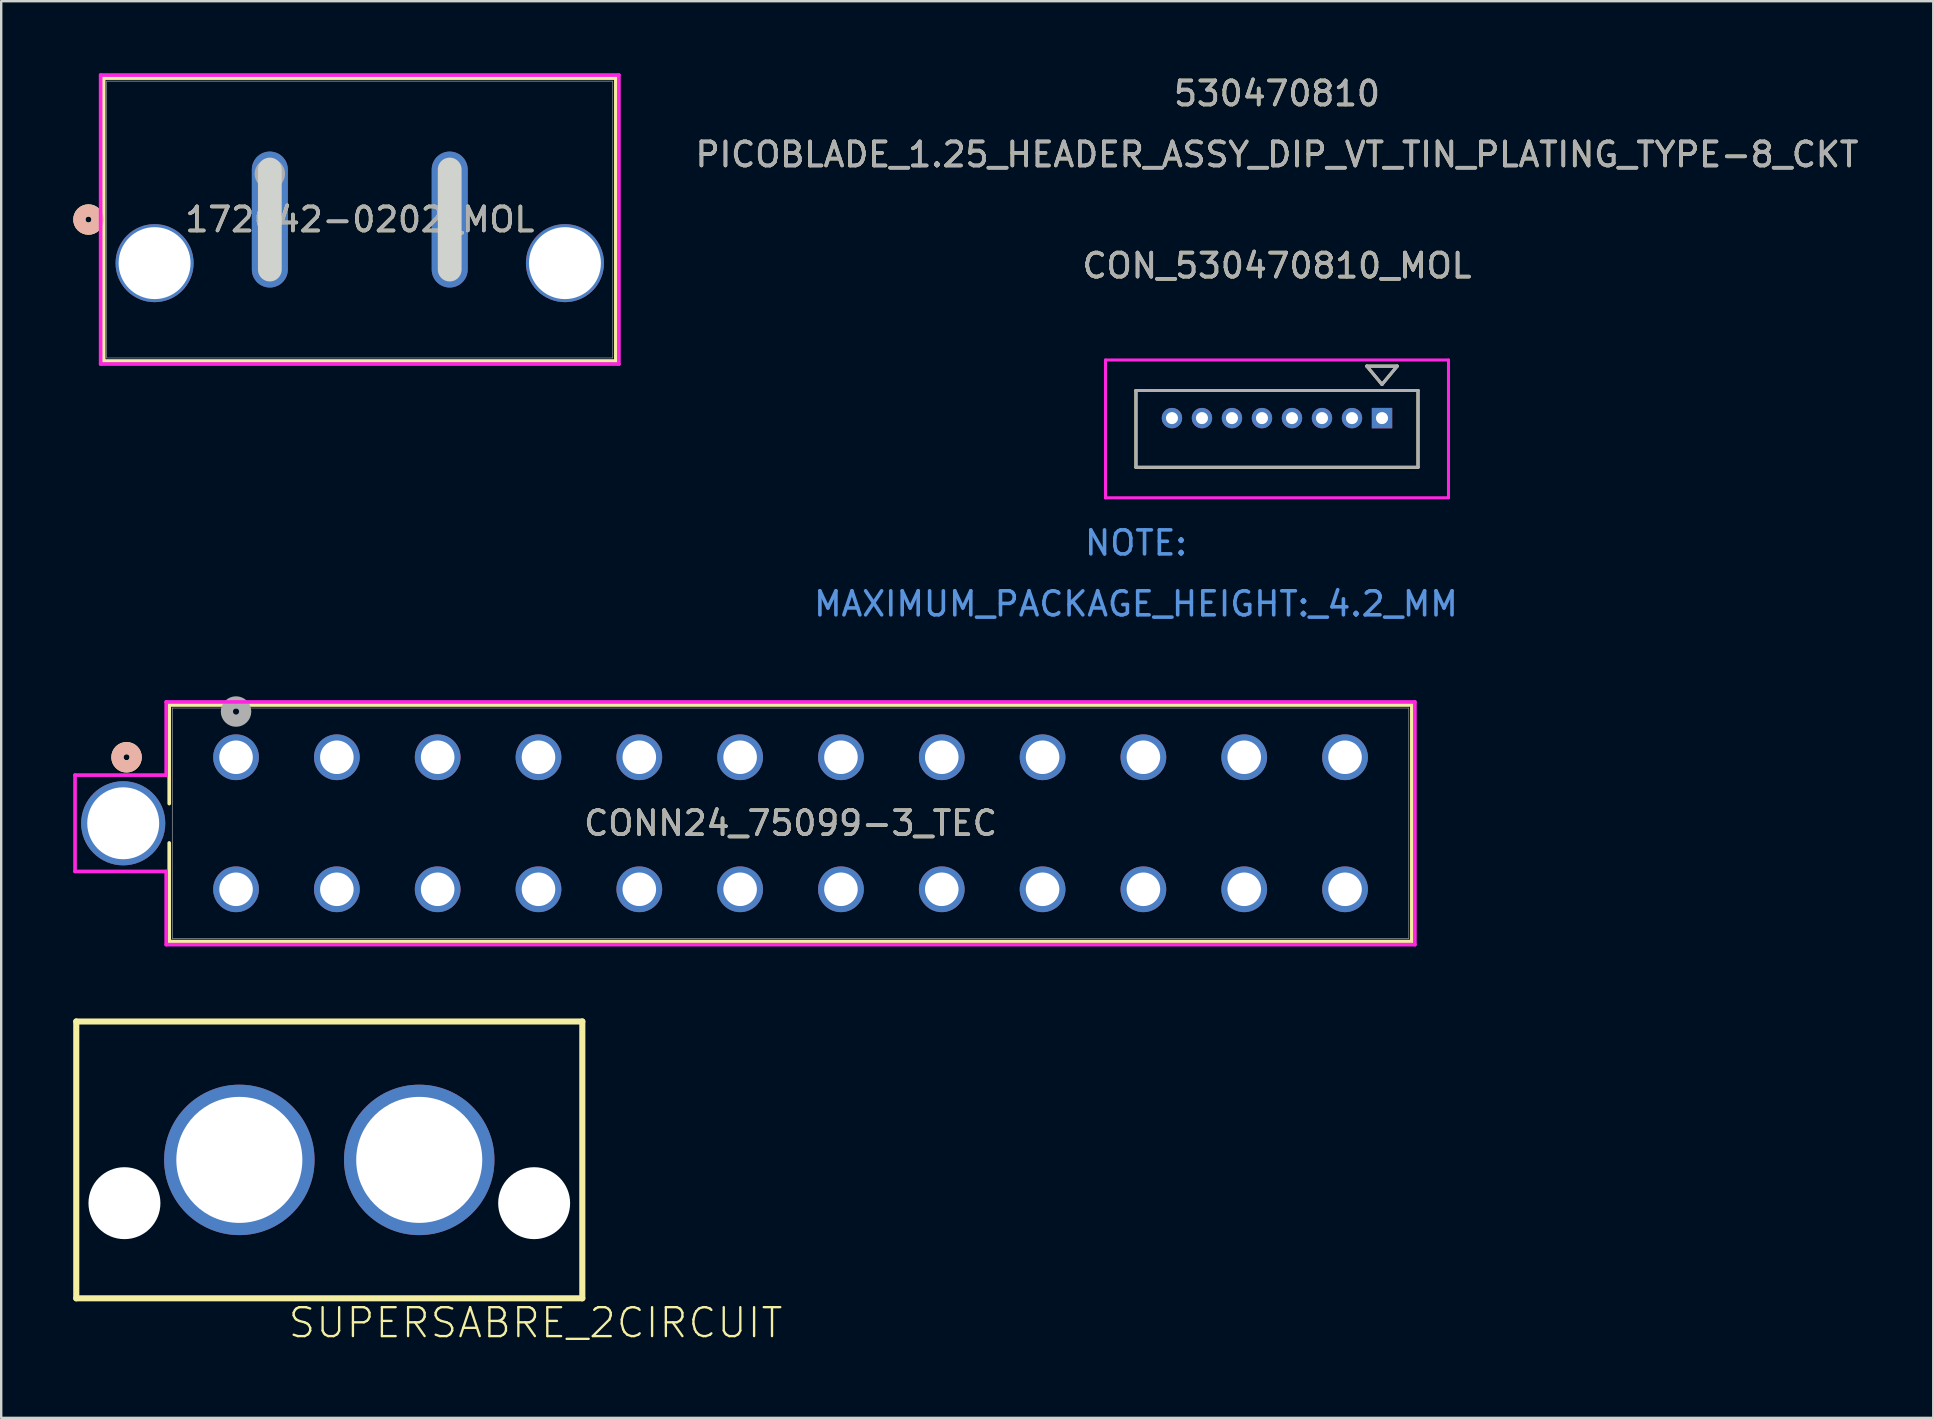
<source format=kicad_pcb>
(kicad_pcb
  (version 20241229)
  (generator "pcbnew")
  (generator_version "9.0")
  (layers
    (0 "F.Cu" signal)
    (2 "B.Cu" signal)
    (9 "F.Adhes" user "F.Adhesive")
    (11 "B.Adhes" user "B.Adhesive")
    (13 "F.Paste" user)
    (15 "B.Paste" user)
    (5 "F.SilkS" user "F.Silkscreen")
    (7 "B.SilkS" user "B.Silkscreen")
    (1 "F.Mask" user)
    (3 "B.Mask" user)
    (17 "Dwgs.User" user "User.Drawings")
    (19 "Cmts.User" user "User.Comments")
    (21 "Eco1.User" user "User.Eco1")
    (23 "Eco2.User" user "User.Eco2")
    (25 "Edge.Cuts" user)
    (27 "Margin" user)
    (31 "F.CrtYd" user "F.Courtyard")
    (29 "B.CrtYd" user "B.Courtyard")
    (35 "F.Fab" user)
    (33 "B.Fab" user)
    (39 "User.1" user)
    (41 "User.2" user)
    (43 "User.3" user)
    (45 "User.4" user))
  (footprint "SUPERSABRE_2CIRCUIT"
    (layer "F.Cu")
    (at 10.668 45.27)
    (property "Reference" "SUPERSABRE_2CIRCUIT" (at -1.778 7.493 180) (layer "F.SilkS") (effects (font (size 1.206 1.206) (thickness 0.097)) (justify left bottom)))
    (attr through_hole)
    (fp_line (start -10.541 -5.766) (end -10.541 5.766) (stroke (width 0.254) (type solid)) (layer "F.SilkS"))
    (fp_line (start -10.541 -5.766) (end 10.541 -5.766) (stroke (width 0.254) (type solid)) (layer "F.SilkS"))
    (fp_line (start 10.541 -5.766) (end 10.541 5.766) (stroke (width 0.254) (type solid)) (layer "F.SilkS"))
    (fp_line (start 10.541 5.766) (end -10.541 5.766) (stroke (width 0.254) (type solid)) (layer "F.SilkS"))
    (pad "" np_thru_hole circle (at -8.534 1.803) (size 2.997 2.997) (drill 2.997) (layers "*.Cu" "*.Mask"))
    (pad "" np_thru_hole circle (at 8.534 1.803) (size 2.997 2.997) (drill 2.997) (layers "*.Cu" "*.Mask"))
    (pad "1" thru_hole circle (at -3.747 0) (size 6.266 6.266) (drill 5.25) (layers "*.Cu" "*.Mask"))
    (pad "2" thru_hole circle (at 3.747 0) (size 6.266 6.266) (drill 5.25) (layers "*.Cu" "*.Mask")))
  (footprint "CON_530470810_MOL"
    (layer "F.Cu")
    (at 54.523 14.368)
    (property "Reference" "CON_530470810_MOL" (at -4.375 -6.35 0) (unlocked yes) (layer "F.SilkS") (effects (font (size 1 1) (thickness 0.15))))
    (attr through_hole)
    (fp_line (start -10.25 -1.15) (end -10.25 2.05) (stroke (width 0.127) (type solid)) (layer "F.SilkS"))
    (fp_line (start -10.25 2.05) (end 1.5 2.05) (stroke (width 0.127) (type solid)) (layer "F.SilkS"))
    (fp_line (start -0.635 -2.166) (end 0 -1.404) (stroke (width 0.127) (type solid)) (layer "F.SilkS"))
    (fp_line (start 0 -1.404) (end 0.635 -2.166) (stroke (width 0.127) (type solid)) (layer "F.SilkS"))
    (fp_line (start 0.635 -2.166) (end -0.635 -2.166) (stroke (width 0.127) (type solid)) (layer "F.SilkS"))
    (fp_line (start 1.5 -1.15) (end -10.25 -1.15) (stroke (width 0.127) (type solid)) (layer "F.SilkS"))
    (fp_line (start 1.5 2.05) (end 1.5 -1.15) (stroke (width 0.127) (type solid)) (layer "F.SilkS"))
    (fp_line (start -11.52 -2.42) (end -11.52 3.32) (stroke (width 0.127) (type solid)) (layer "F.CrtYd"))
    (fp_line (start -11.52 3.32) (end 2.77 3.32) (stroke (width 0.127) (type solid)) (layer "F.CrtYd"))
    (fp_line (start 2.77 -2.42) (end -11.52 -2.42) (stroke (width 0.127) (type solid)) (layer "F.CrtYd"))
    (fp_line (start 2.77 3.32) (end 2.77 -2.42) (stroke (width 0.127) (type solid)) (layer "F.CrtYd"))
    (fp_line (start -10.25 -1.15) (end -10.25 2.05) (stroke (width 0.127) (type solid)) (layer "F.Fab"))
    (fp_line (start -10.25 2.05) (end 1.5 2.05) (stroke (width 0.127) (type solid)) (layer "F.Fab"))
    (fp_line (start -0.635 -2.166) (end 0 -1.404) (stroke (width 0.127) (type solid)) (layer "F.Fab"))
    (fp_line (start 0 -1.404) (end 0.635 -2.166) (stroke (width 0.127) (type solid)) (layer "F.Fab"))
    (fp_line (start 0.635 -2.166) (end -0.635 -2.166) (stroke (width 0.127) (type solid)) (layer "F.Fab"))
    (fp_line (start 1.5 -1.15) (end -10.25 -1.15) (stroke (width 0.127) (type solid)) (layer "F.Fab"))
    (fp_line (start 1.5 2.05) (end 1.5 -1.15) (stroke (width 0.127) (type solid)) (layer "F.Fab"))
    (fp_text user "530470810" (at -4.375 -13.52 0) (unlocked yes) (layer "F.SilkS") (effects (font (size 1 1) (thickness 0.15))))
    (fp_text user "PICOBLADE_1.25_HEADER_ASSY_DIP_VT_TIN_PLATING_TYPE-8_CKT" (at -4.375 -10.98 0) (unlocked yes) (layer "F.SilkS") (effects (font (size 1 1) (thickness 0.15))))
    (fp_text user "MAXIMUM_PACKAGE_HEIGHT:_4.2_MM" (at -10.25 7.74 0) (unlocked yes) (layer "Cmts.User") (effects (font (size 1 1) (thickness 0.15))))
    (fp_text user "NOTE:" (at -10.25 5.2 0) (unlocked yes) (layer "Cmts.User") (effects (font (size 1 1) (thickness 0.15))))
    (fp_text user "530470810" (at -4.375 -13.52 0) (unlocked yes) (layer "F.Fab") (effects (font (size 1 1) (thickness 0.15))))
    (fp_text user "${REFERENCE}" (at -4.375 -6.35 0) (unlocked yes) (layer "F.Fab") (effects (font (size 1 1) (thickness 0.15))))
    (fp_text user "PICOBLADE_1.25_HEADER_ASSY_DIP_VT_TIN_PLATING_TYPE-8_CKT" (at -4.375 -10.98 0) (unlocked yes) (layer "F.Fab") (effects (font (size 1 1) (thickness 0.15))))
    (pad "1" thru_hole rect (at 0 0) (size 0.85 0.85) (drill 0.5) (layers "*.Cu" "*.Mask"))
    (pad "2" thru_hole circle (at -1.25 0) (size 0.85 0.85) (drill 0.5) (layers "*.Cu" "*.Mask"))
    (pad "3" thru_hole circle (at -2.5 0) (size 0.85 0.85) (drill 0.5) (layers "*.Cu" "*.Mask"))
    (pad "4" thru_hole circle (at -3.75 0) (size 0.85 0.85) (drill 0.5) (layers "*.Cu" "*.Mask"))
    (pad "5" thru_hole circle (at -5 0) (size 0.85 0.85) (drill 0.5) (layers "*.Cu" "*.Mask"))
    (pad "6" thru_hole circle (at -6.25 0) (size 0.85 0.85) (drill 0.5) (layers "*.Cu" "*.Mask"))
    (pad "7" thru_hole circle (at -7.5 0) (size 0.85 0.85) (drill 0.5) (layers "*.Cu" "*.Mask"))
    (pad "8" thru_hole circle (at -8.75 0) (size 0.85 0.85) (drill 0.5) (layers "*.Cu" "*.Mask")))
  (footprint "172042-0202_MOL"
    (layer "F.Cu")
    (at 8.191 6.096)
    (property "Reference" "172042-0202_MOL" (at 3.747 0 0) (unlocked yes) (layer "F.SilkS") (effects (font (size 1 1) (thickness 0.15))))
    (attr through_hole)
    (fp_line (start -6.921 -5.893) (end -6.921 5.893) (stroke (width 0.152) (type solid)) (layer "F.SilkS"))
    (fp_line (start -6.921 5.893) (end 14.415 5.893) (stroke (width 0.152) (type solid)) (layer "F.SilkS"))
    (fp_line (start 14.415 -5.893) (end -6.921 -5.893) (stroke (width 0.152) (type solid)) (layer "F.SilkS"))
    (fp_line (start 14.415 5.893) (end 14.415 -5.893) (stroke (width 0.152) (type solid)) (layer "F.SilkS"))
    (fp_circle (center -7.556 0) (end -7.176 0) (stroke (width 0.508) (type solid)) (fill no) (layer "F.SilkS"))
    (fp_circle (center -7.556 0) (end -7.176 0) (stroke (width 0.508) (type solid)) (fill no) (layer "B.SilkS"))
    (fp_line (start 0 2.083) (end 0 -2.083) (stroke (width 0.991) (type solid)) (layer "Edge.Cuts"))
    (fp_line (start 7.493 2.083) (end 7.493 -2.083) (stroke (width 0.991) (type solid)) (layer "Edge.Cuts"))
    (fp_line (start -7.048 -6.02) (end -7.048 6.02) (stroke (width 0.152) (type solid)) (layer "F.CrtYd"))
    (fp_line (start -7.048 6.02) (end 14.541 6.02) (stroke (width 0.152) (type solid)) (layer "F.CrtYd"))
    (fp_line (start 14.541 -6.02) (end -7.048 -6.02) (stroke (width 0.152) (type solid)) (layer "F.CrtYd"))
    (fp_line (start 14.541 6.02) (end 14.541 -6.02) (stroke (width 0.152) (type solid)) (layer "F.CrtYd"))
    (fp_line (start -6.795 -5.766) (end -6.795 5.766) (stroke (width 0.025) (type solid)) (layer "F.Fab"))
    (fp_line (start -6.795 5.766) (end 14.287 5.766) (stroke (width 0.025) (type solid)) (layer "F.Fab"))
    (fp_line (start 14.287 -5.766) (end -6.795 -5.766) (stroke (width 0.025) (type solid)) (layer "F.Fab"))
    (fp_line (start 14.287 5.766) (end 14.287 -5.766) (stroke (width 0.025) (type solid)) (layer "F.Fab"))
    (fp_circle (center 0 -1.905) (end 0.381 -1.905) (stroke (width 0.508) (type solid)) (fill no) (layer "F.Fab"))
    (fp_text user "${REFERENCE}" (at 3.747 0 0) (unlocked yes) (layer "F.Fab") (effects (font (size 1 1) (thickness 0.15))))
    (pad "1" thru_hole oval (at 0 0 90) (size 5.664 1.499) (drill 0.025) (layers "*.Cu" "*.Mask"))
    (pad "2" thru_hole oval (at 7.493 0 90) (size 5.664 1.499) (drill 0.025) (layers "*.Cu" "*.Mask"))
    (pad "3" thru_hole circle (at -4.801 1.816 90) (size 3.251 3.251) (drill 2.997) (layers "*.Cu" "*.Mask"))
    (pad "4" thru_hole circle (at 12.294 1.816 90) (size 3.251 3.251) (drill 2.997) (layers "*.Cu" "*.Mask")))
  (footprint "CONN24_75099-3_TEC"
    (layer "F.Cu")
    (at 6.783 28.497)
    (property "Reference" "CONN24_75099-3_TEC" (at 23.1 2.75 0) (unlocked yes) (layer "F.SilkS") (effects (font (size 1 1) (thickness 0.15))))
    (attr through_hole)
    (fp_line (start -2.783 -2.178) (end -2.783 1.93) (stroke (width 0.152) (type solid)) (layer "F.SilkS"))
    (fp_line (start -2.783 3.57) (end -2.783 7.678) (stroke (width 0.152) (type solid)) (layer "F.SilkS"))
    (fp_line (start -2.783 7.678) (end 48.983 7.678) (stroke (width 0.152) (type solid)) (layer "F.SilkS"))
    (fp_line (start 48.983 -2.178) (end -2.783 -2.178) (stroke (width 0.152) (type solid)) (layer "F.SilkS"))
    (fp_line (start 48.983 7.678) (end 48.983 -2.178) (stroke (width 0.152) (type solid)) (layer "F.SilkS"))
    (fp_circle (center -4.561 0) (end -4.18 0) (stroke (width 0.508) (type solid)) (fill no) (layer "F.SilkS"))
    (fp_circle (center -4.561 0) (end -4.18 0) (stroke (width 0.508) (type solid)) (fill no) (layer "B.SilkS"))
    (fp_line (start -6.707 0.743) (end -6.707 4.757) (stroke (width 0.152) (type solid)) (layer "F.CrtYd"))
    (fp_line (start -6.707 4.757) (end -2.91 4.757) (stroke (width 0.152) (type solid)) (layer "F.CrtYd"))
    (fp_line (start -2.91 -2.305) (end -2.91 0.743) (stroke (width 0.152) (type solid)) (layer "F.CrtYd"))
    (fp_line (start -2.91 0.743) (end -6.707 0.743) (stroke (width 0.152) (type solid)) (layer "F.CrtYd"))
    (fp_line (start -2.91 4.757) (end -2.91 7.805) (stroke (width 0.152) (type solid)) (layer "F.CrtYd"))
    (fp_line (start -2.91 7.805) (end 49.11 7.805) (stroke (width 0.152) (type solid)) (layer "F.CrtYd"))
    (fp_line (start 49.11 -2.305) (end -2.91 -2.305) (stroke (width 0.152) (type solid)) (layer "F.CrtYd"))
    (fp_line (start 49.11 7.805) (end 49.11 -2.305) (stroke (width 0.152) (type solid)) (layer "F.CrtYd"))
    (fp_line (start -2.656 -2.051) (end -2.656 7.551) (stroke (width 0.025) (type solid)) (layer "F.Fab"))
    (fp_line (start -2.656 7.551) (end 48.856 7.551) (stroke (width 0.025) (type solid)) (layer "F.Fab"))
    (fp_line (start 48.856 -2.051) (end -2.656 -2.051) (stroke (width 0.025) (type solid)) (layer "F.Fab"))
    (fp_line (start 48.856 7.551) (end 48.856 -2.051) (stroke (width 0.025) (type solid)) (layer "F.Fab"))
    (fp_circle (center 0 -1.905) (end 0.381 -1.905) (stroke (width 0.508) (type solid)) (fill no) (layer "F.Fab"))
    (fp_text user "${REFERENCE}" (at 23.1 2.75 0) (unlocked yes) (layer "F.Fab") (effects (font (size 1 1) (thickness 0.15))))
    (pad "1" thru_hole circle (at 0 0) (size 1.905 1.905) (drill 1.397) (layers "*.Cu" "*.Mask"))
    (pad "2" thru_hole circle (at 4.2 0) (size 1.905 1.905) (drill 1.397) (layers "*.Cu" "*.Mask"))
    (pad "3" thru_hole circle (at 8.4 0) (size 1.905 1.905) (drill 1.397) (layers "*.Cu" "*.Mask"))
    (pad "4" thru_hole circle (at 12.6 0) (size 1.905 1.905) (drill 1.397) (layers "*.Cu" "*.Mask"))
    (pad "5" thru_hole circle (at 16.8 0) (size 1.905 1.905) (drill 1.397) (layers "*.Cu" "*.Mask"))
    (pad "6" thru_hole circle (at 21 0) (size 1.905 1.905) (drill 1.397) (layers "*.Cu" "*.Mask"))
    (pad "7" thru_hole circle (at 25.2 0) (size 1.905 1.905) (drill 1.397) (layers "*.Cu" "*.Mask"))
    (pad "8" thru_hole circle (at 29.4 0) (size 1.905 1.905) (drill 1.397) (layers "*.Cu" "*.Mask"))
    (pad "9" thru_hole circle (at 33.6 0) (size 1.905 1.905) (drill 1.397) (layers "*.Cu" "*.Mask"))
    (pad "10" thru_hole circle (at 37.8 0) (size 1.905 1.905) (drill 1.397) (layers "*.Cu" "*.Mask"))
    (pad "11" thru_hole circle (at 42 0) (size 1.905 1.905) (drill 1.397) (layers "*.Cu" "*.Mask"))
    (pad "12" thru_hole circle (at 46.2 0) (size 1.905 1.905) (drill 1.397) (layers "*.Cu" "*.Mask"))
    (pad "13" thru_hole circle (at 0 5.5) (size 1.905 1.905) (drill 1.397) (layers "*.Cu" "*.Mask"))
    (pad "14" thru_hole circle (at 4.2 5.5) (size 1.905 1.905) (drill 1.397) (layers "*.Cu" "*.Mask"))
    (pad "15" thru_hole circle (at 8.4 5.5) (size 1.905 1.905) (drill 1.397) (layers "*.Cu" "*.Mask"))
    (pad "16" thru_hole circle (at 12.6 5.5) (size 1.905 1.905) (drill 1.397) (layers "*.Cu" "*.Mask"))
    (pad "17" thru_hole circle (at 16.8 5.5) (size 1.905 1.905) (drill 1.397) (layers "*.Cu" "*.Mask"))
    (pad "18" thru_hole circle (at 21 5.5) (size 1.905 1.905) (drill 1.397) (layers "*.Cu" "*.Mask"))
    (pad "19" thru_hole circle (at 25.2 5.5) (size 1.905 1.905) (drill 1.397) (layers "*.Cu" "*.Mask"))
    (pad "20" thru_hole circle (at 29.4 5.5) (size 1.905 1.905) (drill 1.397) (layers "*.Cu" "*.Mask"))
    (pad "21" thru_hole circle (at 33.6 5.5) (size 1.905 1.905) (drill 1.397) (layers "*.Cu" "*.Mask"))
    (pad "22" thru_hole circle (at 37.8 5.5) (size 1.905 1.905) (drill 1.397) (layers "*.Cu" "*.Mask"))
    (pad "23" thru_hole circle (at 42 5.5) (size 1.905 1.905) (drill 1.397) (layers "*.Cu" "*.Mask"))
    (pad "24" thru_hole circle (at 46.2 5.5) (size 1.905 1.905) (drill 1.397) (layers "*.Cu" "*.Mask"))
    (pad "25" thru_hole circle (at -4.7 2.75) (size 3.505 3.505) (drill 2.997) (layers "*.Cu" "*.Mask")))
  (gr_rect
    (start -3 -3)
    (end 77.488 56.017)
    (stroke (width 0.1) (type default))
    (fill no)
    (layer "Edge.Cuts")))
</source>
